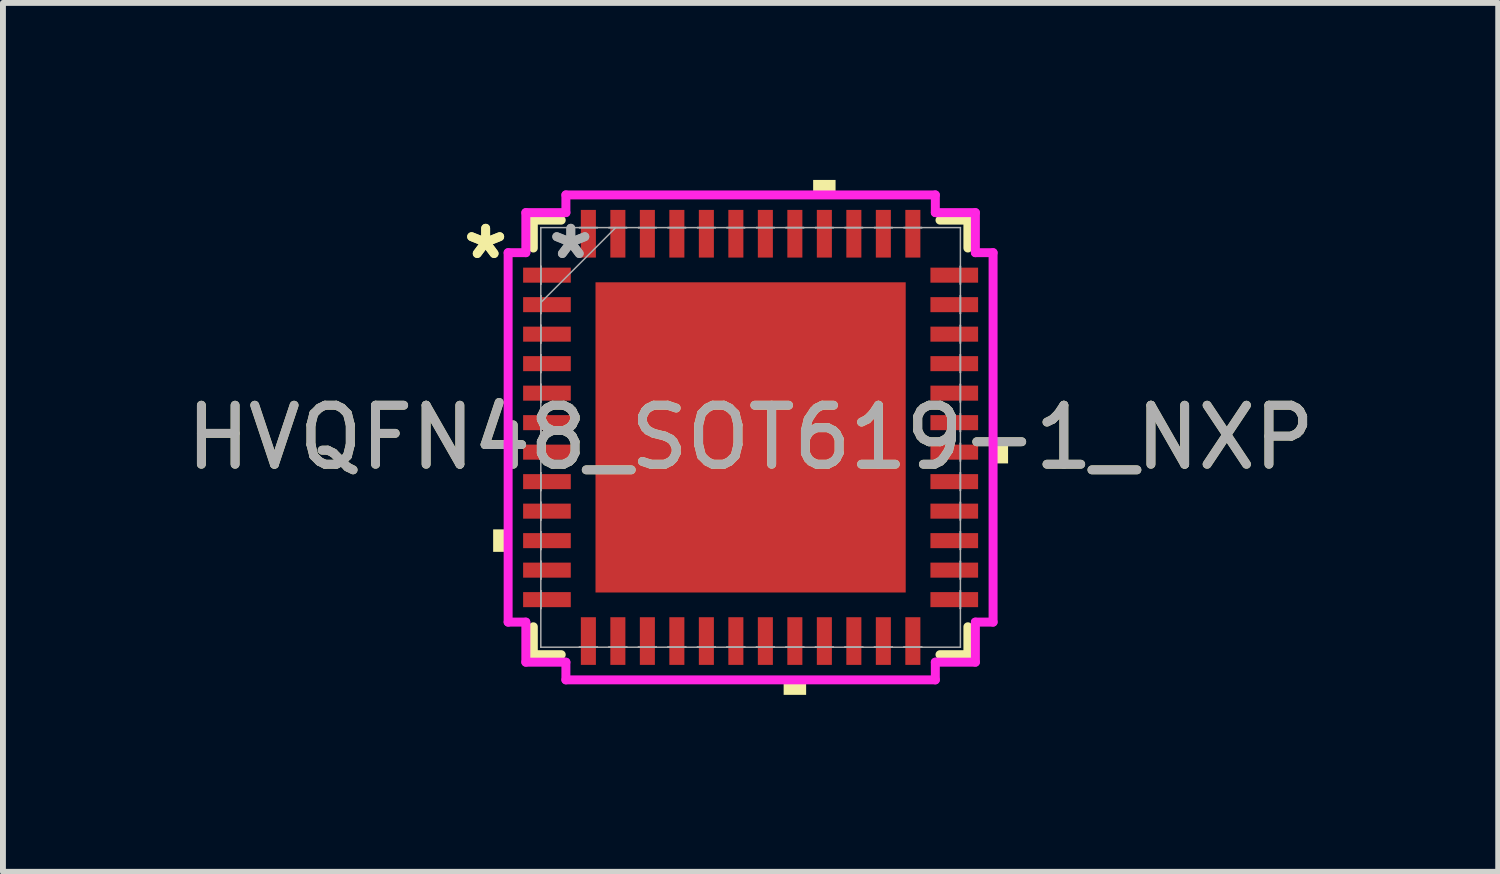
<source format=kicad_pcb>
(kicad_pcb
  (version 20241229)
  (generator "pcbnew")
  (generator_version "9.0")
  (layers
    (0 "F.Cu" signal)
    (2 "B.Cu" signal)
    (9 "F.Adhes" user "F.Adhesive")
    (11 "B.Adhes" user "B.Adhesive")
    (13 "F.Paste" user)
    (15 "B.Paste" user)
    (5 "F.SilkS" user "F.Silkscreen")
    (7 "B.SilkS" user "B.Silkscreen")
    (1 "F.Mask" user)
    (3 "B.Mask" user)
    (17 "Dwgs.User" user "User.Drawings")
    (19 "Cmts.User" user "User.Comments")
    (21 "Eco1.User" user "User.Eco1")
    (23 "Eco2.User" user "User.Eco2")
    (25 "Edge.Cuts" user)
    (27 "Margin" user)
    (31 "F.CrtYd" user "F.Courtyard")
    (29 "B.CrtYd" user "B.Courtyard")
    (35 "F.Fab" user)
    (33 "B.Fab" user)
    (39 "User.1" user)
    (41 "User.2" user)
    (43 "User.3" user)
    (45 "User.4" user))
  (footprint "HVQFN48_SOT619-1_NXP"
    (layer "F.Cu")
    (at 9.673 4.364)
    (property "Reference" "HVQFN48_SOT619-1_NXP" (at 0 0 0) (unlocked yes) (layer "F.SilkS") (effects (font (size 1 1) (thickness 0.15))))
    (attr smd)
    (fp_line (start -3.683 -3.683) (end -3.683 -3.21) (stroke (width 0.152) (type solid)) (layer "F.SilkS"))
    (fp_line (start -3.683 3.21) (end -3.683 3.683) (stroke (width 0.152) (type solid)) (layer "F.SilkS"))
    (fp_line (start -3.683 3.683) (end -3.21 3.683) (stroke (width 0.152) (type solid)) (layer "F.SilkS"))
    (fp_line (start -3.21 -3.683) (end -3.683 -3.683) (stroke (width 0.152) (type solid)) (layer "F.SilkS"))
    (fp_line (start 3.21 3.683) (end 3.683 3.683) (stroke (width 0.152) (type solid)) (layer "F.SilkS"))
    (fp_line (start 3.683 -3.683) (end 3.21 -3.683) (stroke (width 0.152) (type solid)) (layer "F.SilkS"))
    (fp_line (start 3.683 -3.21) (end 3.683 -3.683) (stroke (width 0.152) (type solid)) (layer "F.SilkS"))
    (fp_line (start 3.683 3.683) (end 3.683 3.21) (stroke (width 0.152) (type solid)) (layer "F.SilkS"))
    (fp_poly (pts (xy -4.364 1.559) (xy -4.364 1.94) (xy -4.11 1.94) (xy -4.11 1.559)) (stroke (width 0) (type solid)) (fill yes) (layer "F.SilkS"))
    (fp_poly (pts (xy 0.56 4.11) (xy 0.56 4.364) (xy 0.941 4.364) (xy 0.941 4.11)) (stroke (width 0) (type solid)) (fill yes) (layer "F.SilkS"))
    (fp_poly (pts (xy 1.06 -4.11) (xy 1.06 -4.364) (xy 1.44 -4.364) (xy 1.44 -4.11)) (stroke (width 0) (type solid)) (fill yes) (layer "F.SilkS"))
    (fp_poly (pts (xy 4.364 0.059) (xy 4.364 0.441) (xy 4.11 0.441) (xy 4.11 0.059)) (stroke (width 0) (type solid)) (fill yes) (layer "F.SilkS"))
    (fp_poly (pts (xy -2.529 -2.529) (xy -2.529 -1.414) (xy -1.414 -1.414) (xy -1.414 -2.529)) (stroke (width 0) (type solid)) (fill yes) (layer "F.Paste"))
    (fp_poly (pts (xy -2.529 -1.214) (xy -2.529 -0.1) (xy -1.414 -0.1) (xy -1.414 -1.214)) (stroke (width 0) (type solid)) (fill yes) (layer "F.Paste"))
    (fp_poly (pts (xy -2.529 0.1) (xy -2.529 1.214) (xy -1.414 1.214) (xy -1.414 0.1)) (stroke (width 0) (type solid)) (fill yes) (layer "F.Paste"))
    (fp_poly (pts (xy -2.529 1.414) (xy -2.529 2.529) (xy -1.414 2.529) (xy -1.414 1.414)) (stroke (width 0) (type solid)) (fill yes) (layer "F.Paste"))
    (fp_poly (pts (xy -1.214 -2.529) (xy -1.214 -1.414) (xy -0.1 -1.414) (xy -0.1 -2.529)) (stroke (width 0) (type solid)) (fill yes) (layer "F.Paste"))
    (fp_poly (pts (xy -1.214 -1.214) (xy -1.214 -0.1) (xy -0.1 -0.1) (xy -0.1 -1.214)) (stroke (width 0) (type solid)) (fill yes) (layer "F.Paste"))
    (fp_poly (pts (xy -1.214 0.1) (xy -1.214 1.214) (xy -0.1 1.214) (xy -0.1 0.1)) (stroke (width 0) (type solid)) (fill yes) (layer "F.Paste"))
    (fp_poly (pts (xy -1.214 1.414) (xy -1.214 2.529) (xy -0.1 2.529) (xy -0.1 1.414)) (stroke (width 0) (type solid)) (fill yes) (layer "F.Paste"))
    (fp_poly (pts (xy 0.1 -2.529) (xy 0.1 -1.414) (xy 1.214 -1.414) (xy 1.214 -2.529)) (stroke (width 0) (type solid)) (fill yes) (layer "F.Paste"))
    (fp_poly (pts (xy 0.1 -1.214) (xy 0.1 -0.1) (xy 1.214 -0.1) (xy 1.214 -1.214)) (stroke (width 0) (type solid)) (fill yes) (layer "F.Paste"))
    (fp_poly (pts (xy 0.1 0.1) (xy 0.1 1.214) (xy 1.214 1.214) (xy 1.214 0.1)) (stroke (width 0) (type solid)) (fill yes) (layer "F.Paste"))
    (fp_poly (pts (xy 0.1 1.414) (xy 0.1 2.529) (xy 1.214 2.529) (xy 1.214 1.414)) (stroke (width 0) (type solid)) (fill yes) (layer "F.Paste"))
    (fp_poly (pts (xy 1.414 -2.529) (xy 1.414 -1.414) (xy 2.529 -1.414) (xy 2.529 -2.529)) (stroke (width 0) (type solid)) (fill yes) (layer "F.Paste"))
    (fp_poly (pts (xy 1.414 -1.214) (xy 1.414 -0.1) (xy 2.529 -0.1) (xy 2.529 -1.214)) (stroke (width 0) (type solid)) (fill yes) (layer "F.Paste"))
    (fp_poly (pts (xy 1.414 0.1) (xy 1.414 1.214) (xy 2.529 1.214) (xy 2.529 0.1)) (stroke (width 0) (type solid)) (fill yes) (layer "F.Paste"))
    (fp_poly (pts (xy 1.414 1.414) (xy 1.414 2.529) (xy 2.529 2.529) (xy 2.529 1.414)) (stroke (width 0) (type solid)) (fill yes) (layer "F.Paste"))
    (fp_line (start -4.11 -3.131) (end -3.81 -3.131) (stroke (width 0.152) (type solid)) (layer "F.CrtYd"))
    (fp_line (start -4.11 3.131) (end -4.11 -3.131) (stroke (width 0.152) (type solid)) (layer "F.CrtYd"))
    (fp_line (start -3.81 -3.81) (end -3.131 -3.81) (stroke (width 0.152) (type solid)) (layer "F.CrtYd"))
    (fp_line (start -3.81 -3.131) (end -3.81 -3.81) (stroke (width 0.152) (type solid)) (layer "F.CrtYd"))
    (fp_line (start -3.81 3.131) (end -4.11 3.131) (stroke (width 0.152) (type solid)) (layer "F.CrtYd"))
    (fp_line (start -3.81 3.81) (end -3.81 3.131) (stroke (width 0.152) (type solid)) (layer "F.CrtYd"))
    (fp_line (start -3.131 -4.11) (end 3.131 -4.11) (stroke (width 0.152) (type solid)) (layer "F.CrtYd"))
    (fp_line (start -3.131 -3.81) (end -3.131 -4.11) (stroke (width 0.152) (type solid)) (layer "F.CrtYd"))
    (fp_line (start -3.131 3.81) (end -3.81 3.81) (stroke (width 0.152) (type solid)) (layer "F.CrtYd"))
    (fp_line (start -3.131 4.11) (end -3.131 3.81) (stroke (width 0.152) (type solid)) (layer "F.CrtYd"))
    (fp_line (start 3.131 -4.11) (end 3.131 -3.81) (stroke (width 0.152) (type solid)) (layer "F.CrtYd"))
    (fp_line (start 3.131 -3.81) (end 3.81 -3.81) (stroke (width 0.152) (type solid)) (layer "F.CrtYd"))
    (fp_line (start 3.131 3.81) (end 3.131 4.11) (stroke (width 0.152) (type solid)) (layer "F.CrtYd"))
    (fp_line (start 3.131 4.11) (end -3.131 4.11) (stroke (width 0.152) (type solid)) (layer "F.CrtYd"))
    (fp_line (start 3.81 -3.81) (end 3.81 -3.131) (stroke (width 0.152) (type solid)) (layer "F.CrtYd"))
    (fp_line (start 3.81 -3.131) (end 4.11 -3.131) (stroke (width 0.152) (type solid)) (layer "F.CrtYd"))
    (fp_line (start 3.81 3.131) (end 3.81 3.81) (stroke (width 0.152) (type solid)) (layer "F.CrtYd"))
    (fp_line (start 3.81 3.81) (end 3.131 3.81) (stroke (width 0.152) (type solid)) (layer "F.CrtYd"))
    (fp_line (start 4.11 -3.131) (end 4.11 3.131) (stroke (width 0.152) (type solid)) (layer "F.CrtYd"))
    (fp_line (start 4.11 3.131) (end 3.81 3.131) (stroke (width 0.152) (type solid)) (layer "F.CrtYd"))
    (fp_line (start -3.556 -3.556) (end -3.556 -3.556) (stroke (width 0.025) (type solid)) (layer "F.Fab"))
    (fp_line (start -3.556 -3.556) (end -3.556 3.556) (stroke (width 0.025) (type solid)) (layer "F.Fab"))
    (fp_line (start -3.556 -2.902) (end -3.556 -2.902) (stroke (width 0.025) (type solid)) (layer "F.Fab"))
    (fp_line (start -3.556 -2.902) (end -3.556 -2.598) (stroke (width 0.025) (type solid)) (layer "F.Fab"))
    (fp_line (start -3.556 -2.598) (end -3.556 -2.902) (stroke (width 0.025) (type solid)) (layer "F.Fab"))
    (fp_line (start -3.556 -2.598) (end -3.556 -2.598) (stroke (width 0.025) (type solid)) (layer "F.Fab"))
    (fp_line (start -3.556 -2.402) (end -3.556 -2.402) (stroke (width 0.025) (type solid)) (layer "F.Fab"))
    (fp_line (start -3.556 -2.402) (end -3.556 -2.098) (stroke (width 0.025) (type solid)) (layer "F.Fab"))
    (fp_line (start -3.556 -2.286) (end -2.286 -3.556) (stroke (width 0.025) (type solid)) (layer "F.Fab"))
    (fp_line (start -3.556 -2.098) (end -3.556 -2.402) (stroke (width 0.025) (type solid)) (layer "F.Fab"))
    (fp_line (start -3.556 -2.098) (end -3.556 -2.098) (stroke (width 0.025) (type solid)) (layer "F.Fab"))
    (fp_line (start -3.556 -1.902) (end -3.556 -1.902) (stroke (width 0.025) (type solid)) (layer "F.Fab"))
    (fp_line (start -3.556 -1.902) (end -3.556 -1.598) (stroke (width 0.025) (type solid)) (layer "F.Fab"))
    (fp_line (start -3.556 -1.598) (end -3.556 -1.902) (stroke (width 0.025) (type solid)) (layer "F.Fab"))
    (fp_line (start -3.556 -1.598) (end -3.556 -1.598) (stroke (width 0.025) (type solid)) (layer "F.Fab"))
    (fp_line (start -3.556 -1.402) (end -3.556 -1.402) (stroke (width 0.025) (type solid)) (layer "F.Fab"))
    (fp_line (start -3.556 -1.402) (end -3.556 -1.098) (stroke (width 0.025) (type solid)) (layer "F.Fab"))
    (fp_line (start -3.556 -1.098) (end -3.556 -1.402) (stroke (width 0.025) (type solid)) (layer "F.Fab"))
    (fp_line (start -3.556 -1.098) (end -3.556 -1.098) (stroke (width 0.025) (type solid)) (layer "F.Fab"))
    (fp_line (start -3.556 -0.902) (end -3.556 -0.902) (stroke (width 0.025) (type solid)) (layer "F.Fab"))
    (fp_line (start -3.556 -0.902) (end -3.556 -0.598) (stroke (width 0.025) (type solid)) (layer "F.Fab"))
    (fp_line (start -3.556 -0.598) (end -3.556 -0.902) (stroke (width 0.025) (type solid)) (layer "F.Fab"))
    (fp_line (start -3.556 -0.598) (end -3.556 -0.598) (stroke (width 0.025) (type solid)) (layer "F.Fab"))
    (fp_line (start -3.556 -0.402) (end -3.556 -0.402) (stroke (width 0.025) (type solid)) (layer "F.Fab"))
    (fp_line (start -3.556 -0.402) (end -3.556 -0.098) (stroke (width 0.025) (type solid)) (layer "F.Fab"))
    (fp_line (start -3.556 -0.098) (end -3.556 -0.402) (stroke (width 0.025) (type solid)) (layer "F.Fab"))
    (fp_line (start -3.556 -0.098) (end -3.556 -0.098) (stroke (width 0.025) (type solid)) (layer "F.Fab"))
    (fp_line (start -3.556 0.098) (end -3.556 0.098) (stroke (width 0.025) (type solid)) (layer "F.Fab"))
    (fp_line (start -3.556 0.098) (end -3.556 0.402) (stroke (width 0.025) (type solid)) (layer "F.Fab"))
    (fp_line (start -3.556 0.402) (end -3.556 0.098) (stroke (width 0.025) (type solid)) (layer "F.Fab"))
    (fp_line (start -3.556 0.402) (end -3.556 0.402) (stroke (width 0.025) (type solid)) (layer "F.Fab"))
    (fp_line (start -3.556 0.598) (end -3.556 0.598) (stroke (width 0.025) (type solid)) (layer "F.Fab"))
    (fp_line (start -3.556 0.598) (end -3.556 0.902) (stroke (width 0.025) (type solid)) (layer "F.Fab"))
    (fp_line (start -3.556 0.902) (end -3.556 0.598) (stroke (width 0.025) (type solid)) (layer "F.Fab"))
    (fp_line (start -3.556 0.902) (end -3.556 0.902) (stroke (width 0.025) (type solid)) (layer "F.Fab"))
    (fp_line (start -3.556 1.098) (end -3.556 1.098) (stroke (width 0.025) (type solid)) (layer "F.Fab"))
    (fp_line (start -3.556 1.098) (end -3.556 1.402) (stroke (width 0.025) (type solid)) (layer "F.Fab"))
    (fp_line (start -3.556 1.402) (end -3.556 1.098) (stroke (width 0.025) (type solid)) (layer "F.Fab"))
    (fp_line (start -3.556 1.402) (end -3.556 1.402) (stroke (width 0.025) (type solid)) (layer "F.Fab"))
    (fp_line (start -3.556 1.598) (end -3.556 1.598) (stroke (width 0.025) (type solid)) (layer "F.Fab"))
    (fp_line (start -3.556 1.598) (end -3.556 1.902) (stroke (width 0.025) (type solid)) (layer "F.Fab"))
    (fp_line (start -3.556 1.902) (end -3.556 1.598) (stroke (width 0.025) (type solid)) (layer "F.Fab"))
    (fp_line (start -3.556 1.902) (end -3.556 1.902) (stroke (width 0.025) (type solid)) (layer "F.Fab"))
    (fp_line (start -3.556 2.098) (end -3.556 2.098) (stroke (width 0.025) (type solid)) (layer "F.Fab"))
    (fp_line (start -3.556 2.098) (end -3.556 2.402) (stroke (width 0.025) (type solid)) (layer "F.Fab"))
    (fp_line (start -3.556 2.402) (end -3.556 2.098) (stroke (width 0.025) (type solid)) (layer "F.Fab"))
    (fp_line (start -3.556 2.402) (end -3.556 2.402) (stroke (width 0.025) (type solid)) (layer "F.Fab"))
    (fp_line (start -3.556 2.598) (end -3.556 2.598) (stroke (width 0.025) (type solid)) (layer "F.Fab"))
    (fp_line (start -3.556 2.598) (end -3.556 2.902) (stroke (width 0.025) (type solid)) (layer "F.Fab"))
    (fp_line (start -3.556 2.902) (end -3.556 2.598) (stroke (width 0.025) (type solid)) (layer "F.Fab"))
    (fp_line (start -3.556 2.902) (end -3.556 2.902) (stroke (width 0.025) (type solid)) (layer "F.Fab"))
    (fp_line (start -3.556 3.556) (end -3.556 3.556) (stroke (width 0.025) (type solid)) (layer "F.Fab"))
    (fp_line (start -3.556 3.556) (end 3.556 3.556) (stroke (width 0.025) (type solid)) (layer "F.Fab"))
    (fp_line (start -2.902 -3.556) (end -2.902 -3.556) (stroke (width 0.025) (type solid)) (layer "F.Fab"))
    (fp_line (start -2.902 -3.556) (end -2.598 -3.556) (stroke (width 0.025) (type solid)) (layer "F.Fab"))
    (fp_line (start -2.902 3.556) (end -2.902 3.556) (stroke (width 0.025) (type solid)) (layer "F.Fab"))
    (fp_line (start -2.902 3.556) (end -2.598 3.556) (stroke (width 0.025) (type solid)) (layer "F.Fab"))
    (fp_line (start -2.598 -3.556) (end -2.902 -3.556) (stroke (width 0.025) (type solid)) (layer "F.Fab"))
    (fp_line (start -2.598 -3.556) (end -2.598 -3.556) (stroke (width 0.025) (type solid)) (layer "F.Fab"))
    (fp_line (start -2.598 3.556) (end -2.902 3.556) (stroke (width 0.025) (type solid)) (layer "F.Fab"))
    (fp_line (start -2.598 3.556) (end -2.598 3.556) (stroke (width 0.025) (type solid)) (layer "F.Fab"))
    (fp_line (start -2.402 -3.556) (end -2.402 -3.556) (stroke (width 0.025) (type solid)) (layer "F.Fab"))
    (fp_line (start -2.402 -3.556) (end -2.098 -3.556) (stroke (width 0.025) (type solid)) (layer "F.Fab"))
    (fp_line (start -2.402 3.556) (end -2.402 3.556) (stroke (width 0.025) (type solid)) (layer "F.Fab"))
    (fp_line (start -2.402 3.556) (end -2.098 3.556) (stroke (width 0.025) (type solid)) (layer "F.Fab"))
    (fp_line (start -2.098 -3.556) (end -2.402 -3.556) (stroke (width 0.025) (type solid)) (layer "F.Fab"))
    (fp_line (start -2.098 -3.556) (end -2.098 -3.556) (stroke (width 0.025) (type solid)) (layer "F.Fab"))
    (fp_line (start -2.098 3.556) (end -2.402 3.556) (stroke (width 0.025) (type solid)) (layer "F.Fab"))
    (fp_line (start -2.098 3.556) (end -2.098 3.556) (stroke (width 0.025) (type solid)) (layer "F.Fab"))
    (fp_line (start -1.902 -3.556) (end -1.902 -3.556) (stroke (width 0.025) (type solid)) (layer "F.Fab"))
    (fp_line (start -1.902 -3.556) (end -1.598 -3.556) (stroke (width 0.025) (type solid)) (layer "F.Fab"))
    (fp_line (start -1.902 3.556) (end -1.902 3.556) (stroke (width 0.025) (type solid)) (layer "F.Fab"))
    (fp_line (start -1.902 3.556) (end -1.598 3.556) (stroke (width 0.025) (type solid)) (layer "F.Fab"))
    (fp_line (start -1.598 -3.556) (end -1.902 -3.556) (stroke (width 0.025) (type solid)) (layer "F.Fab"))
    (fp_line (start -1.598 -3.556) (end -1.598 -3.556) (stroke (width 0.025) (type solid)) (layer "F.Fab"))
    (fp_line (start -1.598 3.556) (end -1.902 3.556) (stroke (width 0.025) (type solid)) (layer "F.Fab"))
    (fp_line (start -1.598 3.556) (end -1.598 3.556) (stroke (width 0.025) (type solid)) (layer "F.Fab"))
    (fp_line (start -1.402 -3.556) (end -1.402 -3.556) (stroke (width 0.025) (type solid)) (layer "F.Fab"))
    (fp_line (start -1.402 -3.556) (end -1.098 -3.556) (stroke (width 0.025) (type solid)) (layer "F.Fab"))
    (fp_line (start -1.402 3.556) (end -1.402 3.556) (stroke (width 0.025) (type solid)) (layer "F.Fab"))
    (fp_line (start -1.402 3.556) (end -1.098 3.556) (stroke (width 0.025) (type solid)) (layer "F.Fab"))
    (fp_line (start -1.098 -3.556) (end -1.402 -3.556) (stroke (width 0.025) (type solid)) (layer "F.Fab"))
    (fp_line (start -1.098 -3.556) (end -1.098 -3.556) (stroke (width 0.025) (type solid)) (layer "F.Fab"))
    (fp_line (start -1.098 3.556) (end -1.402 3.556) (stroke (width 0.025) (type solid)) (layer "F.Fab"))
    (fp_line (start -1.098 3.556) (end -1.098 3.556) (stroke (width 0.025) (type solid)) (layer "F.Fab"))
    (fp_line (start -0.902 -3.556) (end -0.902 -3.556) (stroke (width 0.025) (type solid)) (layer "F.Fab"))
    (fp_line (start -0.902 -3.556) (end -0.598 -3.556) (stroke (width 0.025) (type solid)) (layer "F.Fab"))
    (fp_line (start -0.902 3.556) (end -0.902 3.556) (stroke (width 0.025) (type solid)) (layer "F.Fab"))
    (fp_line (start -0.902 3.556) (end -0.598 3.556) (stroke (width 0.025) (type solid)) (layer "F.Fab"))
    (fp_line (start -0.598 -3.556) (end -0.902 -3.556) (stroke (width 0.025) (type solid)) (layer "F.Fab"))
    (fp_line (start -0.598 -3.556) (end -0.598 -3.556) (stroke (width 0.025) (type solid)) (layer "F.Fab"))
    (fp_line (start -0.598 3.556) (end -0.902 3.556) (stroke (width 0.025) (type solid)) (layer "F.Fab"))
    (fp_line (start -0.598 3.556) (end -0.598 3.556) (stroke (width 0.025) (type solid)) (layer "F.Fab"))
    (fp_line (start -0.402 -3.556) (end -0.402 -3.556) (stroke (width 0.025) (type solid)) (layer "F.Fab"))
    (fp_line (start -0.402 -3.556) (end -0.098 -3.556) (stroke (width 0.025) (type solid)) (layer "F.Fab"))
    (fp_line (start -0.402 3.556) (end -0.402 3.556) (stroke (width 0.025) (type solid)) (layer "F.Fab"))
    (fp_line (start -0.402 3.556) (end -0.098 3.556) (stroke (width 0.025) (type solid)) (layer "F.Fab"))
    (fp_line (start -0.098 -3.556) (end -0.402 -3.556) (stroke (width 0.025) (type solid)) (layer "F.Fab"))
    (fp_line (start -0.098 -3.556) (end -0.098 -3.556) (stroke (width 0.025) (type solid)) (layer "F.Fab"))
    (fp_line (start -0.098 3.556) (end -0.402 3.556) (stroke (width 0.025) (type solid)) (layer "F.Fab"))
    (fp_line (start -0.098 3.556) (end -0.098 3.556) (stroke (width 0.025) (type solid)) (layer "F.Fab"))
    (fp_line (start 0.098 -3.556) (end 0.098 -3.556) (stroke (width 0.025) (type solid)) (layer "F.Fab"))
    (fp_line (start 0.098 -3.556) (end 0.402 -3.556) (stroke (width 0.025) (type solid)) (layer "F.Fab"))
    (fp_line (start 0.098 3.556) (end 0.098 3.556) (stroke (width 0.025) (type solid)) (layer "F.Fab"))
    (fp_line (start 0.098 3.556) (end 0.402 3.556) (stroke (width 0.025) (type solid)) (layer "F.Fab"))
    (fp_line (start 0.402 -3.556) (end 0.098 -3.556) (stroke (width 0.025) (type solid)) (layer "F.Fab"))
    (fp_line (start 0.402 -3.556) (end 0.402 -3.556) (stroke (width 0.025) (type solid)) (layer "F.Fab"))
    (fp_line (start 0.402 3.556) (end 0.098 3.556) (stroke (width 0.025) (type solid)) (layer "F.Fab"))
    (fp_line (start 0.402 3.556) (end 0.402 3.556) (stroke (width 0.025) (type solid)) (layer "F.Fab"))
    (fp_line (start 0.598 -3.556) (end 0.598 -3.556) (stroke (width 0.025) (type solid)) (layer "F.Fab"))
    (fp_line (start 0.598 -3.556) (end 0.902 -3.556) (stroke (width 0.025) (type solid)) (layer "F.Fab"))
    (fp_line (start 0.598 3.556) (end 0.598 3.556) (stroke (width 0.025) (type solid)) (layer "F.Fab"))
    (fp_line (start 0.598 3.556) (end 0.902 3.556) (stroke (width 0.025) (type solid)) (layer "F.Fab"))
    (fp_line (start 0.902 -3.556) (end 0.598 -3.556) (stroke (width 0.025) (type solid)) (layer "F.Fab"))
    (fp_line (start 0.902 -3.556) (end 0.902 -3.556) (stroke (width 0.025) (type solid)) (layer "F.Fab"))
    (fp_line (start 0.902 3.556) (end 0.598 3.556) (stroke (width 0.025) (type solid)) (layer "F.Fab"))
    (fp_line (start 0.902 3.556) (end 0.902 3.556) (stroke (width 0.025) (type solid)) (layer "F.Fab"))
    (fp_line (start 1.098 -3.556) (end 1.098 -3.556) (stroke (width 0.025) (type solid)) (layer "F.Fab"))
    (fp_line (start 1.098 -3.556) (end 1.402 -3.556) (stroke (width 0.025) (type solid)) (layer "F.Fab"))
    (fp_line (start 1.098 3.556) (end 1.098 3.556) (stroke (width 0.025) (type solid)) (layer "F.Fab"))
    (fp_line (start 1.098 3.556) (end 1.402 3.556) (stroke (width 0.025) (type solid)) (layer "F.Fab"))
    (fp_line (start 1.402 -3.556) (end 1.098 -3.556) (stroke (width 0.025) (type solid)) (layer "F.Fab"))
    (fp_line (start 1.402 -3.556) (end 1.402 -3.556) (stroke (width 0.025) (type solid)) (layer "F.Fab"))
    (fp_line (start 1.402 3.556) (end 1.098 3.556) (stroke (width 0.025) (type solid)) (layer "F.Fab"))
    (fp_line (start 1.402 3.556) (end 1.402 3.556) (stroke (width 0.025) (type solid)) (layer "F.Fab"))
    (fp_line (start 1.598 -3.556) (end 1.598 -3.556) (stroke (width 0.025) (type solid)) (layer "F.Fab"))
    (fp_line (start 1.598 -3.556) (end 1.902 -3.556) (stroke (width 0.025) (type solid)) (layer "F.Fab"))
    (fp_line (start 1.598 3.556) (end 1.598 3.556) (stroke (width 0.025) (type solid)) (layer "F.Fab"))
    (fp_line (start 1.598 3.556) (end 1.902 3.556) (stroke (width 0.025) (type solid)) (layer "F.Fab"))
    (fp_line (start 1.902 -3.556) (end 1.598 -3.556) (stroke (width 0.025) (type solid)) (layer "F.Fab"))
    (fp_line (start 1.902 -3.556) (end 1.902 -3.556) (stroke (width 0.025) (type solid)) (layer "F.Fab"))
    (fp_line (start 1.902 3.556) (end 1.598 3.556) (stroke (width 0.025) (type solid)) (layer "F.Fab"))
    (fp_line (start 1.902 3.556) (end 1.902 3.556) (stroke (width 0.025) (type solid)) (layer "F.Fab"))
    (fp_line (start 2.098 -3.556) (end 2.098 -3.556) (stroke (width 0.025) (type solid)) (layer "F.Fab"))
    (fp_line (start 2.098 -3.556) (end 2.402 -3.556) (stroke (width 0.025) (type solid)) (layer "F.Fab"))
    (fp_line (start 2.098 3.556) (end 2.098 3.556) (stroke (width 0.025) (type solid)) (layer "F.Fab"))
    (fp_line (start 2.098 3.556) (end 2.402 3.556) (stroke (width 0.025) (type solid)) (layer "F.Fab"))
    (fp_line (start 2.402 -3.556) (end 2.098 -3.556) (stroke (width 0.025) (type solid)) (layer "F.Fab"))
    (fp_line (start 2.402 -3.556) (end 2.402 -3.556) (stroke (width 0.025) (type solid)) (layer "F.Fab"))
    (fp_line (start 2.402 3.556) (end 2.098 3.556) (stroke (width 0.025) (type solid)) (layer "F.Fab"))
    (fp_line (start 2.402 3.556) (end 2.402 3.556) (stroke (width 0.025) (type solid)) (layer "F.Fab"))
    (fp_line (start 2.598 -3.556) (end 2.598 -3.556) (stroke (width 0.025) (type solid)) (layer "F.Fab"))
    (fp_line (start 2.598 -3.556) (end 2.902 -3.556) (stroke (width 0.025) (type solid)) (layer "F.Fab"))
    (fp_line (start 2.598 3.556) (end 2.598 3.556) (stroke (width 0.025) (type solid)) (layer "F.Fab"))
    (fp_line (start 2.598 3.556) (end 2.902 3.556) (stroke (width 0.025) (type solid)) (layer "F.Fab"))
    (fp_line (start 2.902 -3.556) (end 2.598 -3.556) (stroke (width 0.025) (type solid)) (layer "F.Fab"))
    (fp_line (start 2.902 -3.556) (end 2.902 -3.556) (stroke (width 0.025) (type solid)) (layer "F.Fab"))
    (fp_line (start 2.902 3.556) (end 2.598 3.556) (stroke (width 0.025) (type solid)) (layer "F.Fab"))
    (fp_line (start 2.902 3.556) (end 2.902 3.556) (stroke (width 0.025) (type solid)) (layer "F.Fab"))
    (fp_line (start 3.556 -3.556) (end -3.556 -3.556) (stroke (width 0.025) (type solid)) (layer "F.Fab"))
    (fp_line (start 3.556 -3.556) (end 3.556 -3.556) (stroke (width 0.025) (type solid)) (layer "F.Fab"))
    (fp_line (start 3.556 -2.902) (end 3.556 -2.902) (stroke (width 0.025) (type solid)) (layer "F.Fab"))
    (fp_line (start 3.556 -2.902) (end 3.556 -2.598) (stroke (width 0.025) (type solid)) (layer "F.Fab"))
    (fp_line (start 3.556 -2.598) (end 3.556 -2.902) (stroke (width 0.025) (type solid)) (layer "F.Fab"))
    (fp_line (start 3.556 -2.598) (end 3.556 -2.598) (stroke (width 0.025) (type solid)) (layer "F.Fab"))
    (fp_line (start 3.556 -2.402) (end 3.556 -2.402) (stroke (width 0.025) (type solid)) (layer "F.Fab"))
    (fp_line (start 3.556 -2.402) (end 3.556 -2.098) (stroke (width 0.025) (type solid)) (layer "F.Fab"))
    (fp_line (start 3.556 -2.098) (end 3.556 -2.402) (stroke (width 0.025) (type solid)) (layer "F.Fab"))
    (fp_line (start 3.556 -2.098) (end 3.556 -2.098) (stroke (width 0.025) (type solid)) (layer "F.Fab"))
    (fp_line (start 3.556 -1.902) (end 3.556 -1.902) (stroke (width 0.025) (type solid)) (layer "F.Fab"))
    (fp_line (start 3.556 -1.902) (end 3.556 -1.598) (stroke (width 0.025) (type solid)) (layer "F.Fab"))
    (fp_line (start 3.556 -1.598) (end 3.556 -1.902) (stroke (width 0.025) (type solid)) (layer "F.Fab"))
    (fp_line (start 3.556 -1.598) (end 3.556 -1.598) (stroke (width 0.025) (type solid)) (layer "F.Fab"))
    (fp_line (start 3.556 -1.402) (end 3.556 -1.402) (stroke (width 0.025) (type solid)) (layer "F.Fab"))
    (fp_line (start 3.556 -1.402) (end 3.556 -1.098) (stroke (width 0.025) (type solid)) (layer "F.Fab"))
    (fp_line (start 3.556 -1.098) (end 3.556 -1.402) (stroke (width 0.025) (type solid)) (layer "F.Fab"))
    (fp_line (start 3.556 -1.098) (end 3.556 -1.098) (stroke (width 0.025) (type solid)) (layer "F.Fab"))
    (fp_line (start 3.556 -0.902) (end 3.556 -0.902) (stroke (width 0.025) (type solid)) (layer "F.Fab"))
    (fp_line (start 3.556 -0.902) (end 3.556 -0.598) (stroke (width 0.025) (type solid)) (layer "F.Fab"))
    (fp_line (start 3.556 -0.598) (end 3.556 -0.902) (stroke (width 0.025) (type solid)) (layer "F.Fab"))
    (fp_line (start 3.556 -0.598) (end 3.556 -0.598) (stroke (width 0.025) (type solid)) (layer "F.Fab"))
    (fp_line (start 3.556 -0.402) (end 3.556 -0.402) (stroke (width 0.025) (type solid)) (layer "F.Fab"))
    (fp_line (start 3.556 -0.402) (end 3.556 -0.098) (stroke (width 0.025) (type solid)) (layer "F.Fab"))
    (fp_line (start 3.556 -0.098) (end 3.556 -0.402) (stroke (width 0.025) (type solid)) (layer "F.Fab"))
    (fp_line (start 3.556 -0.098) (end 3.556 -0.098) (stroke (width 0.025) (type solid)) (layer "F.Fab"))
    (fp_line (start 3.556 0.098) (end 3.556 0.098) (stroke (width 0.025) (type solid)) (layer "F.Fab"))
    (fp_line (start 3.556 0.098) (end 3.556 0.402) (stroke (width 0.025) (type solid)) (layer "F.Fab"))
    (fp_line (start 3.556 0.402) (end 3.556 0.098) (stroke (width 0.025) (type solid)) (layer "F.Fab"))
    (fp_line (start 3.556 0.402) (end 3.556 0.402) (stroke (width 0.025) (type solid)) (layer "F.Fab"))
    (fp_line (start 3.556 0.598) (end 3.556 0.598) (stroke (width 0.025) (type solid)) (layer "F.Fab"))
    (fp_line (start 3.556 0.598) (end 3.556 0.902) (stroke (width 0.025) (type solid)) (layer "F.Fab"))
    (fp_line (start 3.556 0.902) (end 3.556 0.598) (stroke (width 0.025) (type solid)) (layer "F.Fab"))
    (fp_line (start 3.556 0.902) (end 3.556 0.902) (stroke (width 0.025) (type solid)) (layer "F.Fab"))
    (fp_line (start 3.556 1.098) (end 3.556 1.098) (stroke (width 0.025) (type solid)) (layer "F.Fab"))
    (fp_line (start 3.556 1.098) (end 3.556 1.402) (stroke (width 0.025) (type solid)) (layer "F.Fab"))
    (fp_line (start 3.556 1.402) (end 3.556 1.098) (stroke (width 0.025) (type solid)) (layer "F.Fab"))
    (fp_line (start 3.556 1.402) (end 3.556 1.402) (stroke (width 0.025) (type solid)) (layer "F.Fab"))
    (fp_line (start 3.556 1.598) (end 3.556 1.598) (stroke (width 0.025) (type solid)) (layer "F.Fab"))
    (fp_line (start 3.556 1.598) (end 3.556 1.902) (stroke (width 0.025) (type solid)) (layer "F.Fab"))
    (fp_line (start 3.556 1.902) (end 3.556 1.598) (stroke (width 0.025) (type solid)) (layer "F.Fab"))
    (fp_line (start 3.556 1.902) (end 3.556 1.902) (stroke (width 0.025) (type solid)) (layer "F.Fab"))
    (fp_line (start 3.556 2.098) (end 3.556 2.098) (stroke (width 0.025) (type solid)) (layer "F.Fab"))
    (fp_line (start 3.556 2.098) (end 3.556 2.402) (stroke (width 0.025) (type solid)) (layer "F.Fab"))
    (fp_line (start 3.556 2.402) (end 3.556 2.098) (stroke (width 0.025) (type solid)) (layer "F.Fab"))
    (fp_line (start 3.556 2.402) (end 3.556 2.402) (stroke (width 0.025) (type solid)) (layer "F.Fab"))
    (fp_line (start 3.556 2.598) (end 3.556 2.598) (stroke (width 0.025) (type solid)) (layer "F.Fab"))
    (fp_line (start 3.556 2.598) (end 3.556 2.902) (stroke (width 0.025) (type solid)) (layer "F.Fab"))
    (fp_line (start 3.556 2.902) (end 3.556 2.598) (stroke (width 0.025) (type solid)) (layer "F.Fab"))
    (fp_line (start 3.556 2.902) (end 3.556 2.902) (stroke (width 0.025) (type solid)) (layer "F.Fab"))
    (fp_line (start 3.556 3.556) (end 3.556 -3.556) (stroke (width 0.025) (type solid)) (layer "F.Fab"))
    (fp_line (start 3.556 3.556) (end 3.556 3.556) (stroke (width 0.025) (type solid)) (layer "F.Fab"))
    (fp_text user "*" (at -4.491 -3 0) (layer "F.SilkS") (effects (font (size 1 1) (thickness 0.15))))
    (fp_text user "*" (at -4.491 -3 0) (unlocked yes) (layer "F.SilkS") (effects (font (size 1 1) (thickness 0.15))))
    (fp_text user "*" (at -3.048 -3 0) (layer "F.Fab") (effects (font (size 1 1) (thickness 0.15))))
    (fp_text user "${REFERENCE}" (at 0 0 0) (unlocked yes) (layer "F.Fab") (effects (font (size 1 1) (thickness 0.15))))
    (fp_text user "*" (at -3.048 -3 0) (unlocked yes) (layer "F.Fab") (effects (font (size 1 1) (thickness 0.15))))
    (pad "1" smd rect (at -3.452 -2.75 90) (size 0.255 0.808) (layers "F.Cu" "F.Mask" "F.Paste"))
    (pad "2" smd rect (at -3.452 -2.25 90) (size 0.255 0.808) (layers "F.Cu" "F.Mask" "F.Paste"))
    (pad "3" smd rect (at -3.452 -1.75 90) (size 0.255 0.808) (layers "F.Cu" "F.Mask" "F.Paste"))
    (pad "4" smd rect (at -3.452 -1.25 90) (size 0.255 0.808) (layers "F.Cu" "F.Mask" "F.Paste"))
    (pad "5" smd rect (at -3.452 -0.75 90) (size 0.255 0.808) (layers "F.Cu" "F.Mask" "F.Paste"))
    (pad "6" smd rect (at -3.452 -0.25 90) (size 0.255 0.808) (layers "F.Cu" "F.Mask" "F.Paste"))
    (pad "7" smd rect (at -3.452 0.25 90) (size 0.255 0.808) (layers "F.Cu" "F.Mask" "F.Paste"))
    (pad "8" smd rect (at -3.452 0.75 90) (size 0.255 0.808) (layers "F.Cu" "F.Mask" "F.Paste"))
    (pad "9" smd rect (at -3.452 1.25 90) (size 0.255 0.808) (layers "F.Cu" "F.Mask" "F.Paste"))
    (pad "10" smd rect (at -3.452 1.75 90) (size 0.255 0.808) (layers "F.Cu" "F.Mask" "F.Paste"))
    (pad "11" smd rect (at -3.452 2.25 90) (size 0.255 0.808) (layers "F.Cu" "F.Mask" "F.Paste"))
    (pad "12" smd rect (at -3.452 2.75 90) (size 0.255 0.808) (layers "F.Cu" "F.Mask" "F.Paste"))
    (pad "13" smd rect (at -2.75 3.452) (size 0.255 0.808) (layers "F.Cu" "F.Mask" "F.Paste"))
    (pad "14" smd rect (at -2.25 3.452) (size 0.255 0.808) (layers "F.Cu" "F.Mask" "F.Paste"))
    (pad "15" smd rect (at -1.75 3.452) (size 0.255 0.808) (layers "F.Cu" "F.Mask" "F.Paste"))
    (pad "16" smd rect (at -1.25 3.452) (size 0.255 0.808) (layers "F.Cu" "F.Mask" "F.Paste"))
    (pad "17" smd rect (at -0.75 3.452) (size 0.255 0.808) (layers "F.Cu" "F.Mask" "F.Paste"))
    (pad "18" smd rect (at -0.25 3.452) (size 0.255 0.808) (layers "F.Cu" "F.Mask" "F.Paste"))
    (pad "19" smd rect (at 0.25 3.452) (size 0.255 0.808) (layers "F.Cu" "F.Mask" "F.Paste"))
    (pad "20" smd rect (at 0.75 3.452) (size 0.255 0.808) (layers "F.Cu" "F.Mask" "F.Paste"))
    (pad "21" smd rect (at 1.25 3.452) (size 0.255 0.808) (layers "F.Cu" "F.Mask" "F.Paste"))
    (pad "22" smd rect (at 1.75 3.452) (size 0.255 0.808) (layers "F.Cu" "F.Mask" "F.Paste"))
    (pad "23" smd rect (at 2.25 3.452) (size 0.255 0.808) (layers "F.Cu" "F.Mask" "F.Paste"))
    (pad "24" smd rect (at 2.75 3.452) (size 0.255 0.808) (layers "F.Cu" "F.Mask" "F.Paste"))
    (pad "25" smd rect (at 3.452 2.75 90) (size 0.255 0.808) (layers "F.Cu" "F.Mask" "F.Paste"))
    (pad "26" smd rect (at 3.452 2.25 90) (size 0.255 0.808) (layers "F.Cu" "F.Mask" "F.Paste"))
    (pad "27" smd rect (at 3.452 1.75 90) (size 0.255 0.808) (layers "F.Cu" "F.Mask" "F.Paste"))
    (pad "28" smd rect (at 3.452 1.25 90) (size 0.255 0.808) (layers "F.Cu" "F.Mask" "F.Paste"))
    (pad "29" smd rect (at 3.452 0.75 90) (size 0.255 0.808) (layers "F.Cu" "F.Mask" "F.Paste"))
    (pad "30" smd rect (at 3.452 0.25 90) (size 0.255 0.808) (layers "F.Cu" "F.Mask" "F.Paste"))
    (pad "31" smd rect (at 3.452 -0.25 90) (size 0.255 0.808) (layers "F.Cu" "F.Mask" "F.Paste"))
    (pad "32" smd rect (at 3.452 -0.75 90) (size 0.255 0.808) (layers "F.Cu" "F.Mask" "F.Paste"))
    (pad "33" smd rect (at 3.452 -1.25 90) (size 0.255 0.808) (layers "F.Cu" "F.Mask" "F.Paste"))
    (pad "34" smd rect (at 3.452 -1.75 90) (size 0.255 0.808) (layers "F.Cu" "F.Mask" "F.Paste"))
    (pad "35" smd rect (at 3.452 -2.25 90) (size 0.255 0.808) (layers "F.Cu" "F.Mask" "F.Paste"))
    (pad "36" smd rect (at 3.452 -2.75 90) (size 0.255 0.808) (layers "F.Cu" "F.Mask" "F.Paste"))
    (pad "37" smd rect (at 2.75 -3.452) (size 0.255 0.808) (layers "F.Cu" "F.Mask" "F.Paste"))
    (pad "38" smd rect (at 2.25 -3.452) (size 0.255 0.808) (layers "F.Cu" "F.Mask" "F.Paste"))
    (pad "39" smd rect (at 1.75 -3.452) (size 0.255 0.808) (layers "F.Cu" "F.Mask" "F.Paste"))
    (pad "40" smd rect (at 1.25 -3.452) (size 0.255 0.808) (layers "F.Cu" "F.Mask" "F.Paste"))
    (pad "41" smd rect (at 0.75 -3.452) (size 0.255 0.808) (layers "F.Cu" "F.Mask" "F.Paste"))
    (pad "42" smd rect (at 0.25 -3.452) (size 0.255 0.808) (layers "F.Cu" "F.Mask" "F.Paste"))
    (pad "43" smd rect (at -0.25 -3.452) (size 0.255 0.808) (layers "F.Cu" "F.Mask" "F.Paste"))
    (pad "44" smd rect (at -0.75 -3.452) (size 0.255 0.808) (layers "F.Cu" "F.Mask" "F.Paste"))
    (pad "45" smd rect (at -1.25 -3.452) (size 0.255 0.808) (layers "F.Cu" "F.Mask" "F.Paste"))
    (pad "46" smd rect (at -1.75 -3.452) (size 0.255 0.808) (layers "F.Cu" "F.Mask" "F.Paste"))
    (pad "47" smd rect (at -2.25 -3.452) (size 0.255 0.808) (layers "F.Cu" "F.Mask" "F.Paste"))
    (pad "48" smd rect (at -2.75 -3.452) (size 0.255 0.808) (layers "F.Cu" "F.Mask" "F.Paste"))
    (pad "49" smd rect (at 0 0) (size 5.258 5.258) (layers "F.Cu" "F.Mask")))
  (gr_rect
    (start -3 -3)
    (end 22.345 11.728)
    (stroke (width 0.1) (type default))
    (fill no)
    (layer "Edge.Cuts")))
</source>
